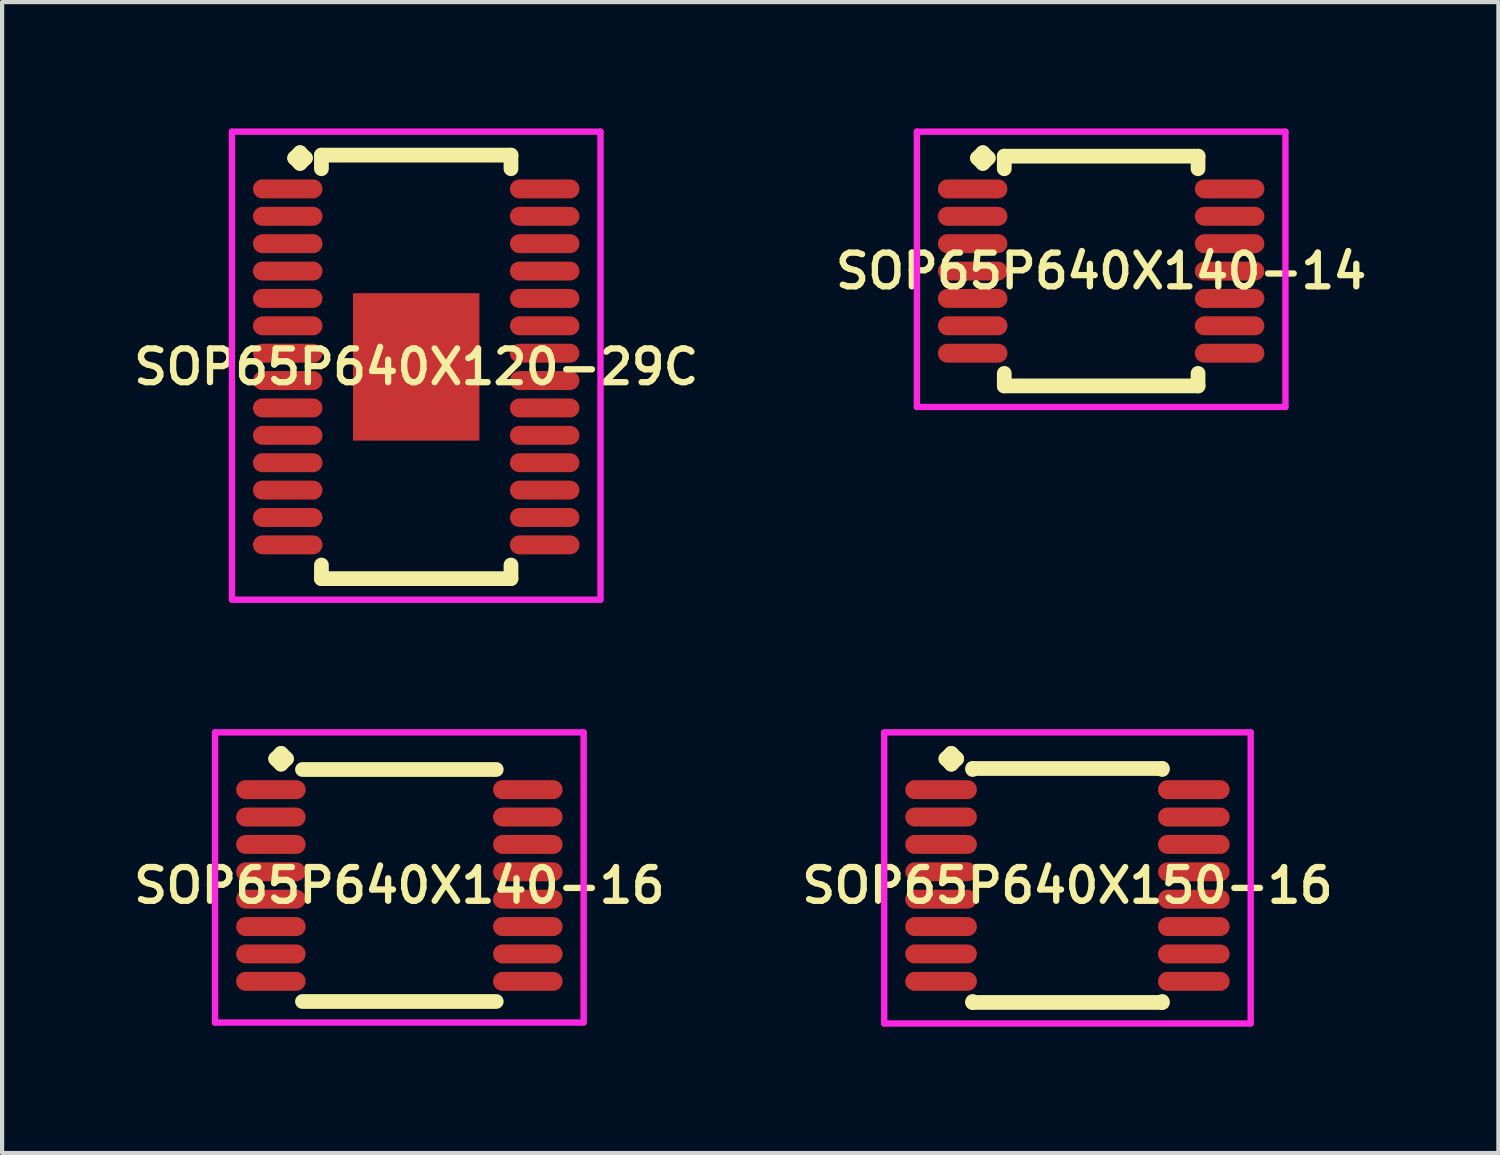
<source format=kicad_pcb>
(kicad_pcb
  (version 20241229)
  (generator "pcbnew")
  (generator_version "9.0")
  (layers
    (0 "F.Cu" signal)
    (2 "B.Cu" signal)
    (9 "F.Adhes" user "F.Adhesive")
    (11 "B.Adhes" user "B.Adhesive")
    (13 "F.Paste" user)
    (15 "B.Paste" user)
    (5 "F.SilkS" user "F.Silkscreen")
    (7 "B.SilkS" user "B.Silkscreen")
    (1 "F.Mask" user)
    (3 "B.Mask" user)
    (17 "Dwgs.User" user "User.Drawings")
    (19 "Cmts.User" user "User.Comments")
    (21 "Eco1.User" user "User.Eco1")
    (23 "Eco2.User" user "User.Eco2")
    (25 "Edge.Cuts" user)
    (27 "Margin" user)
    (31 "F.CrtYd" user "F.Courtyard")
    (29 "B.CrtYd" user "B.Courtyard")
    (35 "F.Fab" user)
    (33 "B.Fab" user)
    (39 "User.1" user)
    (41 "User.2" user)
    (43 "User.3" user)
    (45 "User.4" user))
  (footprint "SOP65P640X150-16"
    (layer "F.Cu")
    (at 22.292 17.972)
    (property "Reference" "SOP65P640X150-16" (at 0 0 0) (layer "F.SilkS") (effects (font (size 0.8 0.8) (thickness 0.15))))
    (attr smd)
    (fp_line (start -2.885 -3.008) (end -2.758 -3.135) (stroke (width 0.35) (type solid)) (layer "F.SilkS"))
    (fp_line (start -2.758 -3.135) (end -2.631 -3.008) (stroke (width 0.35) (type solid)) (layer "F.SilkS"))
    (fp_line (start -2.758 -2.881) (end -2.885 -3.008) (stroke (width 0.35) (type solid)) (layer "F.SilkS"))
    (fp_line (start -2.631 -3.008) (end -2.758 -2.881) (stroke (width 0.35) (type solid)) (layer "F.SilkS"))
    (fp_line (start -2.25 -2.777) (end 2.25 -2.777) (stroke (width 0.35) (type solid)) (layer "F.SilkS"))
    (fp_line (start -2.25 -2.754) (end -2.25 -2.777) (stroke (width 0.35) (type solid)) (layer "F.SilkS"))
    (fp_line (start -2.25 2.754) (end -2.25 2.777) (stroke (width 0.35) (type solid)) (layer "F.SilkS"))
    (fp_line (start -2.25 2.777) (end 2.25 2.777) (stroke (width 0.35) (type solid)) (layer "F.SilkS"))
    (fp_line (start 2.25 -2.777) (end 2.25 -2.754) (stroke (width 0.35) (type solid)) (layer "F.SilkS"))
    (fp_line (start 2.25 2.777) (end 2.25 2.754) (stroke (width 0.35) (type solid)) (layer "F.SilkS"))
    (fp_line (start -4.35 -3.635) (end 4.35 -3.635) (stroke (width 0.15) (type solid)) (layer "F.CrtYd"))
    (fp_line (start -4.35 3.277) (end -4.35 -3.635) (stroke (width 0.15) (type solid)) (layer "F.CrtYd"))
    (fp_line (start 4.35 -3.635) (end 4.35 3.277) (stroke (width 0.15) (type solid)) (layer "F.CrtYd"))
    (fp_line (start 4.35 3.277) (end -4.35 3.277) (stroke (width 0.15) (type solid)) (layer "F.CrtYd"))
    (pad "1" smd oval (at -3 -2.275) (size 1.7 0.45) (layers "F.Cu" "F.Mask" "F.Paste"))
    (pad "2" smd oval (at -3 -1.625) (size 1.7 0.45) (layers "F.Cu" "F.Mask" "F.Paste"))
    (pad "3" smd oval (at -3 -0.975) (size 1.7 0.45) (layers "F.Cu" "F.Mask" "F.Paste"))
    (pad "4" smd oval (at -3 -0.325) (size 1.7 0.45) (layers "F.Cu" "F.Mask" "F.Paste"))
    (pad "5" smd oval (at -3 0.325) (size 1.7 0.45) (layers "F.Cu" "F.Mask" "F.Paste"))
    (pad "6" smd oval (at -3 0.975) (size 1.7 0.45) (layers "F.Cu" "F.Mask" "F.Paste"))
    (pad "7" smd oval (at -3 1.625) (size 1.7 0.45) (layers "F.Cu" "F.Mask" "F.Paste"))
    (pad "8" smd oval (at -3 2.275) (size 1.7 0.45) (layers "F.Cu" "F.Mask" "F.Paste"))
    (pad "9" smd oval (at 3 2.275) (size 1.7 0.45) (layers "F.Cu" "F.Mask" "F.Paste"))
    (pad "10" smd oval (at 3 1.625) (size 1.7 0.45) (layers "F.Cu" "F.Mask" "F.Paste"))
    (pad "11" smd oval (at 3 0.975) (size 1.7 0.45) (layers "F.Cu" "F.Mask" "F.Paste"))
    (pad "12" smd oval (at 3 0.325) (size 1.7 0.45) (layers "F.Cu" "F.Mask" "F.Paste"))
    (pad "13" smd oval (at 3 -0.325) (size 1.7 0.45) (layers "F.Cu" "F.Mask" "F.Paste"))
    (pad "14" smd oval (at 3 -0.975) (size 1.7 0.45) (layers "F.Cu" "F.Mask" "F.Paste"))
    (pad "15" smd oval (at 3 -1.625) (size 1.7 0.45) (layers "F.Cu" "F.Mask" "F.Paste"))
    (pad "16" smd oval (at 3 -2.275) (size 1.7 0.45) (layers "F.Cu" "F.Mask" "F.Paste")))
  (footprint "SOP65P640X140-14"
    (layer "F.Cu")
    (at 23.092 3.385)
    (property "Reference" "SOP65P640X140-14" (at 0 0 0) (layer "F.SilkS") (effects (font (size 0.8 0.8) (thickness 0.15))))
    (attr smd)
    (fp_line (start -2.935 -2.683) (end -2.808 -2.81) (stroke (width 0.35) (type solid)) (layer "F.SilkS"))
    (fp_line (start -2.808 -2.81) (end -2.681 -2.683) (stroke (width 0.35) (type solid)) (layer "F.SilkS"))
    (fp_line (start -2.808 -2.556) (end -2.935 -2.683) (stroke (width 0.35) (type solid)) (layer "F.SilkS"))
    (fp_line (start -2.681 -2.683) (end -2.808 -2.556) (stroke (width 0.35) (type solid)) (layer "F.SilkS"))
    (fp_line (start -2.3 -2.727) (end 2.3 -2.727) (stroke (width 0.35) (type solid)) (layer "F.SilkS"))
    (fp_line (start -2.3 -2.429) (end -2.3 -2.727) (stroke (width 0.35) (type solid)) (layer "F.SilkS"))
    (fp_line (start -2.3 2.429) (end -2.3 2.727) (stroke (width 0.35) (type solid)) (layer "F.SilkS"))
    (fp_line (start -2.3 2.727) (end 2.3 2.727) (stroke (width 0.35) (type solid)) (layer "F.SilkS"))
    (fp_line (start 2.3 -2.727) (end 2.3 -2.429) (stroke (width 0.35) (type solid)) (layer "F.SilkS"))
    (fp_line (start 2.3 2.727) (end 2.3 2.429) (stroke (width 0.35) (type solid)) (layer "F.SilkS"))
    (fp_line (start -4.375 -3.31) (end 4.375 -3.31) (stroke (width 0.15) (type solid)) (layer "F.CrtYd"))
    (fp_line (start -4.375 3.227) (end -4.375 -3.31) (stroke (width 0.15) (type solid)) (layer "F.CrtYd"))
    (fp_line (start 4.375 -3.31) (end 4.375 3.227) (stroke (width 0.15) (type solid)) (layer "F.CrtYd"))
    (fp_line (start 4.375 3.227) (end -4.375 3.227) (stroke (width 0.15) (type solid)) (layer "F.CrtYd"))
    (pad "1" smd oval (at -3.05 -1.95) (size 1.65 0.45) (layers "F.Cu" "F.Mask" "F.Paste"))
    (pad "2" smd oval (at -3.05 -1.3) (size 1.65 0.45) (layers "F.Cu" "F.Mask" "F.Paste"))
    (pad "3" smd oval (at -3.05 -0.65) (size 1.65 0.45) (layers "F.Cu" "F.Mask" "F.Paste"))
    (pad "4" smd oval (at -3.05 0) (size 1.65 0.45) (layers "F.Cu" "F.Mask" "F.Paste"))
    (pad "5" smd oval (at -3.05 0.65) (size 1.65 0.45) (layers "F.Cu" "F.Mask" "F.Paste"))
    (pad "6" smd oval (at -3.05 1.3) (size 1.65 0.45) (layers "F.Cu" "F.Mask" "F.Paste"))
    (pad "7" smd oval (at -3.05 1.95) (size 1.65 0.45) (layers "F.Cu" "F.Mask" "F.Paste"))
    (pad "8" smd oval (at 3.05 1.95) (size 1.65 0.45) (layers "F.Cu" "F.Mask" "F.Paste"))
    (pad "9" smd oval (at 3.05 1.3) (size 1.65 0.45) (layers "F.Cu" "F.Mask" "F.Paste"))
    (pad "10" smd oval (at 3.05 0.65) (size 1.65 0.45) (layers "F.Cu" "F.Mask" "F.Paste"))
    (pad "11" smd oval (at 3.05 0) (size 1.65 0.45) (layers "F.Cu" "F.Mask" "F.Paste"))
    (pad "12" smd oval (at 3.05 -0.65) (size 1.65 0.45) (layers "F.Cu" "F.Mask" "F.Paste"))
    (pad "13" smd oval (at 3.05 -1.3) (size 1.65 0.45) (layers "F.Cu" "F.Mask" "F.Paste"))
    (pad "14" smd oval (at 3.05 -1.95) (size 1.65 0.45) (layers "F.Cu" "F.Mask" "F.Paste")))
  (footprint "SOP65P640X120-29C"
    (layer "F.Cu")
    (at 6.831 5.66)
    (property "Reference" "SOP65P640X120-29C" (at 0 0 0) (layer "F.SilkS") (effects (font (size 0.8 0.8) (thickness 0.15))))
    (attr through_hole)
    (fp_line (start -2.885 -4.958) (end -2.758 -5.085) (stroke (width 0.35) (type solid)) (layer "F.SilkS"))
    (fp_line (start -2.758 -5.085) (end -2.631 -4.958) (stroke (width 0.35) (type solid)) (layer "F.SilkS"))
    (fp_line (start -2.758 -4.831) (end -2.885 -4.958) (stroke (width 0.35) (type solid)) (layer "F.SilkS"))
    (fp_line (start -2.631 -4.958) (end -2.758 -4.831) (stroke (width 0.35) (type solid)) (layer "F.SilkS"))
    (fp_line (start -2.25 -5.027) (end 2.25 -5.027) (stroke (width 0.35) (type solid)) (layer "F.SilkS"))
    (fp_line (start -2.25 -4.704) (end -2.25 -5.027) (stroke (width 0.35) (type solid)) (layer "F.SilkS"))
    (fp_line (start -2.25 4.704) (end -2.25 5.027) (stroke (width 0.35) (type solid)) (layer "F.SilkS"))
    (fp_line (start -2.25 5.027) (end 2.25 5.027) (stroke (width 0.35) (type solid)) (layer "F.SilkS"))
    (fp_line (start 2.25 -5.027) (end 2.25 -4.704) (stroke (width 0.35) (type solid)) (layer "F.SilkS"))
    (fp_line (start 2.25 5.027) (end 2.25 4.704) (stroke (width 0.35) (type solid)) (layer "F.SilkS"))
    (fp_line (start -4.375 -5.585) (end 4.375 -5.585) (stroke (width 0.15) (type solid)) (layer "F.CrtYd"))
    (fp_line (start -4.375 5.527) (end -4.375 -5.585) (stroke (width 0.15) (type solid)) (layer "F.CrtYd"))
    (fp_line (start 4.375 -5.585) (end 4.375 5.527) (stroke (width 0.15) (type solid)) (layer "F.CrtYd"))
    (fp_line (start 4.375 5.527) (end -4.375 5.527) (stroke (width 0.15) (type solid)) (layer "F.CrtYd"))
    (pad "1" smd oval (at -3.05 -4.225) (size 1.65 0.45) (layers "F.Cu" "F.Mask" "F.Paste"))
    (pad "2" smd oval (at -3.05 -3.575) (size 1.65 0.45) (layers "F.Cu" "F.Mask" "F.Paste"))
    (pad "3" smd oval (at -3.05 -2.925) (size 1.65 0.45) (layers "F.Cu" "F.Mask" "F.Paste"))
    (pad "4" smd oval (at -3.05 -2.275) (size 1.65 0.45) (layers "F.Cu" "F.Mask" "F.Paste"))
    (pad "5" smd oval (at -3.05 -1.625) (size 1.65 0.45) (layers "F.Cu" "F.Mask" "F.Paste"))
    (pad "6" smd oval (at -3.05 -0.975) (size 1.65 0.45) (layers "F.Cu" "F.Mask" "F.Paste"))
    (pad "7" smd oval (at -3.05 -0.325) (size 1.65 0.45) (layers "F.Cu" "F.Mask" "F.Paste"))
    (pad "8" smd oval (at -3.05 0.325) (size 1.65 0.45) (layers "F.Cu" "F.Mask" "F.Paste"))
    (pad "9" smd oval (at -3.05 0.975) (size 1.65 0.45) (layers "F.Cu" "F.Mask" "F.Paste"))
    (pad "10" smd oval (at -3.05 1.625) (size 1.65 0.45) (layers "F.Cu" "F.Mask" "F.Paste"))
    (pad "11" smd oval (at -3.05 2.275) (size 1.65 0.45) (layers "F.Cu" "F.Mask" "F.Paste"))
    (pad "12" smd oval (at -3.05 2.925) (size 1.65 0.45) (layers "F.Cu" "F.Mask" "F.Paste"))
    (pad "13" smd oval (at -3.05 3.575) (size 1.65 0.45) (layers "F.Cu" "F.Mask" "F.Paste"))
    (pad "14" smd oval (at -3.05 4.225) (size 1.65 0.45) (layers "F.Cu" "F.Mask" "F.Paste"))
    (pad "15" smd oval (at 3.05 4.225) (size 1.65 0.45) (layers "F.Cu" "F.Mask" "F.Paste"))
    (pad "16" smd oval (at 3.05 3.575) (size 1.65 0.45) (layers "F.Cu" "F.Mask" "F.Paste"))
    (pad "17" smd oval (at 3.05 2.925) (size 1.65 0.45) (layers "F.Cu" "F.Mask" "F.Paste"))
    (pad "18" smd oval (at 3.05 2.275) (size 1.65 0.45) (layers "F.Cu" "F.Mask" "F.Paste"))
    (pad "19" smd oval (at 3.05 1.625) (size 1.65 0.45) (layers "F.Cu" "F.Mask" "F.Paste"))
    (pad "20" smd oval (at 3.05 0.975) (size 1.65 0.45) (layers "F.Cu" "F.Mask" "F.Paste"))
    (pad "21" smd oval (at 3.05 0.325) (size 1.65 0.45) (layers "F.Cu" "F.Mask" "F.Paste"))
    (pad "22" smd oval (at 3.05 -0.325) (size 1.65 0.45) (layers "F.Cu" "F.Mask" "F.Paste"))
    (pad "23" smd oval (at 3.05 -0.975) (size 1.65 0.45) (layers "F.Cu" "F.Mask" "F.Paste"))
    (pad "24" smd oval (at 3.05 -1.625) (size 1.65 0.45) (layers "F.Cu" "F.Mask" "F.Paste"))
    (pad "25" smd oval (at 3.05 -2.275) (size 1.65 0.45) (layers "F.Cu" "F.Mask" "F.Paste"))
    (pad "26" smd oval (at 3.05 -2.925) (size 1.65 0.45) (layers "F.Cu" "F.Mask" "F.Paste"))
    (pad "27" smd oval (at 3.05 -3.575) (size 1.65 0.45) (layers "F.Cu" "F.Mask" "F.Paste"))
    (pad "28" smd oval (at 3.05 -4.225) (size 1.65 0.45) (layers "F.Cu" "F.Mask" "F.Paste"))
    (pad "29" smd rect (at 0 0) (size 3 3.5) (layers "F.Cu" "F.Mask" "F.Paste")))
  (footprint "SOP65P640X140-16"
    (layer "F.Cu")
    (at 6.431 17.972)
    (property "Reference" "SOP65P640X140-16" (at 0 0 0) (layer "F.SilkS") (effects (font (size 0.8 0.8) (thickness 0.15))))
    (attr through_hole)
    (fp_line (start -2.935 -3.008) (end -2.808 -3.135) (stroke (width 0.35) (type solid)) (layer "F.SilkS"))
    (fp_line (start -2.808 -3.135) (end -2.681 -3.008) (stroke (width 0.35) (type solid)) (layer "F.SilkS"))
    (fp_line (start -2.808 -2.881) (end -2.935 -3.008) (stroke (width 0.35) (type solid)) (layer "F.SilkS"))
    (fp_line (start -2.681 -3.008) (end -2.808 -2.881) (stroke (width 0.35) (type solid)) (layer "F.SilkS"))
    (fp_line (start -2.3 -2.754) (end 2.3 -2.754) (stroke (width 0.35) (type solid)) (layer "F.SilkS"))
    (fp_line (start -2.3 2.754) (end 2.3 2.754) (stroke (width 0.35) (type solid)) (layer "F.SilkS"))
    (fp_line (start -4.375 -3.635) (end 4.375 -3.635) (stroke (width 0.15) (type solid)) (layer "F.CrtYd"))
    (fp_line (start -4.375 3.254) (end -4.375 -3.635) (stroke (width 0.15) (type solid)) (layer "F.CrtYd"))
    (fp_line (start 4.375 -3.635) (end 4.375 3.254) (stroke (width 0.15) (type solid)) (layer "F.CrtYd"))
    (fp_line (start 4.375 3.254) (end -4.375 3.254) (stroke (width 0.15) (type solid)) (layer "F.CrtYd"))
    (pad "1" smd oval (at -3.05 -2.275) (size 1.65 0.45) (layers "F.Cu" "F.Mask" "F.Paste"))
    (pad "2" smd oval (at -3.05 -1.625) (size 1.65 0.45) (layers "F.Cu" "F.Mask" "F.Paste"))
    (pad "3" smd oval (at -3.05 -0.975) (size 1.65 0.45) (layers "F.Cu" "F.Mask" "F.Paste"))
    (pad "4" smd oval (at -3.05 -0.325) (size 1.65 0.45) (layers "F.Cu" "F.Mask" "F.Paste"))
    (pad "5" smd oval (at -3.05 0.325) (size 1.65 0.45) (layers "F.Cu" "F.Mask" "F.Paste"))
    (pad "6" smd oval (at -3.05 0.975) (size 1.65 0.45) (layers "F.Cu" "F.Mask" "F.Paste"))
    (pad "7" smd oval (at -3.05 1.625) (size 1.65 0.45) (layers "F.Cu" "F.Mask" "F.Paste"))
    (pad "8" smd oval (at -3.05 2.275) (size 1.65 0.45) (layers "F.Cu" "F.Mask" "F.Paste"))
    (pad "9" smd oval (at 3.05 2.275) (size 1.65 0.45) (layers "F.Cu" "F.Mask" "F.Paste"))
    (pad "10" smd oval (at 3.05 1.625) (size 1.65 0.45) (layers "F.Cu" "F.Mask" "F.Paste"))
    (pad "11" smd oval (at 3.05 0.975) (size 1.65 0.45) (layers "F.Cu" "F.Mask" "F.Paste"))
    (pad "12" smd oval (at 3.05 0.325) (size 1.65 0.45) (layers "F.Cu" "F.Mask" "F.Paste"))
    (pad "13" smd oval (at 3.05 -0.325) (size 1.65 0.45) (layers "F.Cu" "F.Mask" "F.Paste"))
    (pad "14" smd oval (at 3.05 -0.975) (size 1.65 0.45) (layers "F.Cu" "F.Mask" "F.Paste"))
    (pad "15" smd oval (at 3.05 -1.625) (size 1.65 0.45) (layers "F.Cu" "F.Mask" "F.Paste"))
    (pad "16" smd oval (at 3.05 -2.275) (size 1.65 0.45) (layers "F.Cu" "F.Mask" "F.Paste")))
  (gr_rect
    (start -3 -3)
    (end 32.523 24.324)
    (stroke (width 0.1) (type default))
    (fill no)
    (layer "Edge.Cuts")))
</source>
